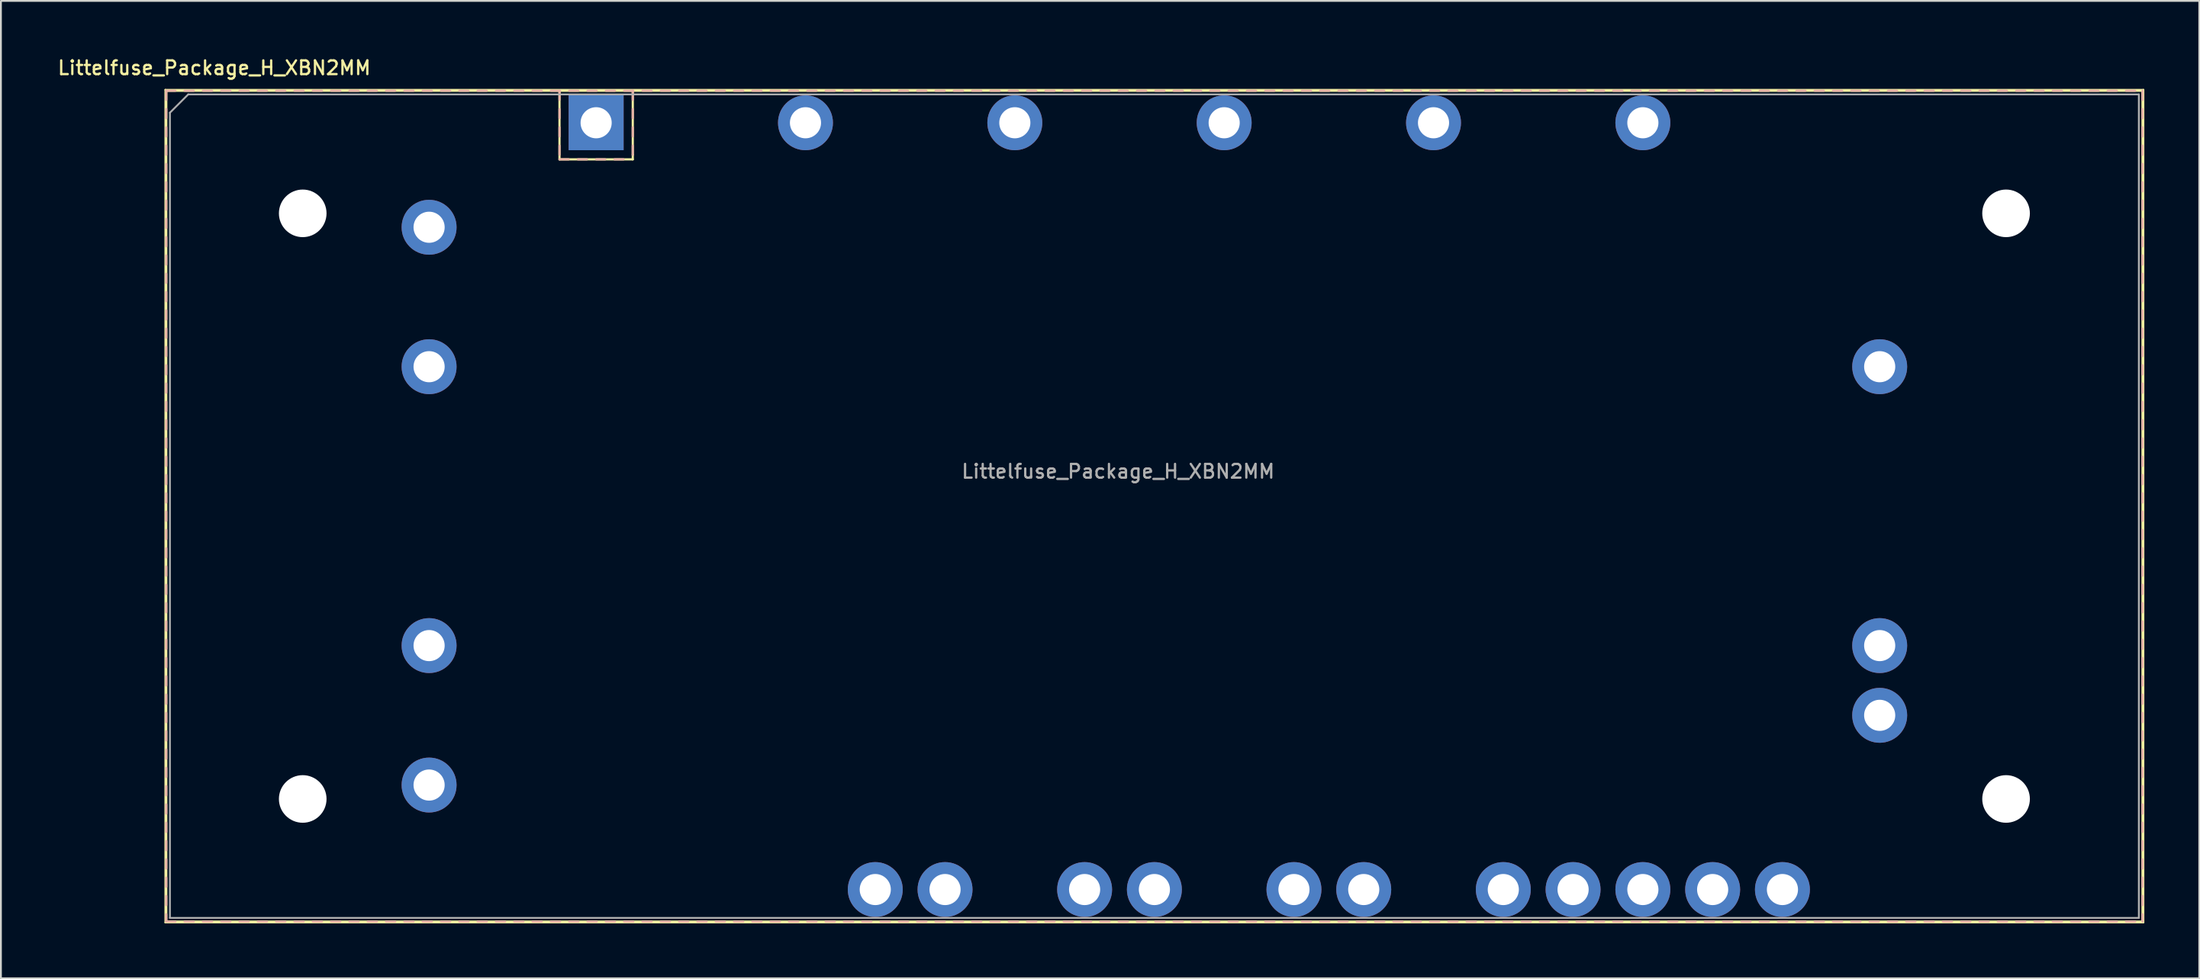
<source format=kicad_pcb>
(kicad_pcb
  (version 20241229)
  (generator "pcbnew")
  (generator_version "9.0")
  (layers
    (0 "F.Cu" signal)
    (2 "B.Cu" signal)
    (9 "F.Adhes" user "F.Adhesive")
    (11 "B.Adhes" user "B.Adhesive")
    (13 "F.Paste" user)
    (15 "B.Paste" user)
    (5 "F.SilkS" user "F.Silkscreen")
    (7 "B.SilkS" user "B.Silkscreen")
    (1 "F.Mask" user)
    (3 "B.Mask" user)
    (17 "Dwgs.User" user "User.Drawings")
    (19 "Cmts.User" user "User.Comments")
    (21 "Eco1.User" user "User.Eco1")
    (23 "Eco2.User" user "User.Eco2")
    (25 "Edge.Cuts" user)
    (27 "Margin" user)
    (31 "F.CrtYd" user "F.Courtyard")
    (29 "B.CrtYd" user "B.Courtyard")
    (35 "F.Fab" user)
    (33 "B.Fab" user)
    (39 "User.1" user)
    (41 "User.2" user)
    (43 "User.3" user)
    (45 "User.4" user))
  (footprint "Littelfuse_Package_H_XBN2MM"
    (layer "F.Cu")
    (at 29.498 3.658)
    (property "Reference" "Littelfuse_Package_H_XBN2MM" (at -20.85 -3 0) (layer "F.SilkS") (effects (font (size 0.75 0.75) (thickness 0.125))))
    (attr through_hole)
    (fp_line (start -23.52 -1.8) (end 84.48 -1.8) (stroke (width 0.1) (type solid)) (layer "F.SilkS"))
    (fp_line (start -23.52 43.7) (end -23.52 -1.8) (stroke (width 0.1) (type solid)) (layer "F.SilkS"))
    (fp_line (start -23.47 -1.75) (end 84.43 -1.75) (stroke (width 0.12) (type solid)) (layer "F.SilkS"))
    (fp_line (start -23.47 43.65) (end -23.47 -1.75) (stroke (width 0.12) (type solid)) (layer "F.SilkS"))
    (fp_line (start -2 2) (end -2 -1.75) (stroke (width 0.12) (type solid)) (layer "F.SilkS"))
    (fp_line (start 2 -1.75) (end 2 1.75) (stroke (width 0.12) (type solid)) (layer "F.SilkS"))
    (fp_line (start 2 1.75) (end 2 2) (stroke (width 0.12) (type solid)) (layer "F.SilkS"))
    (fp_line (start 2 2) (end -2 2) (stroke (width 0.12) (type solid)) (layer "F.SilkS"))
    (fp_line (start 84.43 -1.75) (end 84.43 43.65) (stroke (width 0.12) (type solid)) (layer "F.SilkS"))
    (fp_line (start 84.43 43.65) (end -23.47 43.65) (stroke (width 0.12) (type solid)) (layer "F.SilkS"))
    (fp_line (start 84.48 -1.8) (end 84.48 43.7) (stroke (width 0.1) (type solid)) (layer "F.SilkS"))
    (fp_line (start 84.48 43.7) (end -23.52 43.7) (stroke (width 0.1) (type solid)) (layer "F.SilkS"))
    (fp_line (start -23.47 -1.75) (end -23.47 -1.25) (stroke (width 0.12) (type solid)) (layer "B.SilkS"))
    (fp_line (start -23.47 -1.75) (end -22.97 -1.75) (stroke (width 0.12) (type solid)) (layer "B.SilkS"))
    (fp_line (start -23.47 -0.75) (end -23.47 -0.25) (stroke (width 0.12) (type solid)) (layer "B.SilkS"))
    (fp_line (start -23.47 0.25) (end -23.47 0.75) (stroke (width 0.12) (type solid)) (layer "B.SilkS"))
    (fp_line (start -23.47 1.25) (end -23.47 1.75) (stroke (width 0.12) (type solid)) (layer "B.SilkS"))
    (fp_line (start -23.47 2.25) (end -23.47 2.75) (stroke (width 0.12) (type solid)) (layer "B.SilkS"))
    (fp_line (start -23.47 3.25) (end -23.47 3.75) (stroke (width 0.12) (type solid)) (layer "B.SilkS"))
    (fp_line (start -23.47 4.25) (end -23.47 4.75) (stroke (width 0.12) (type solid)) (layer "B.SilkS"))
    (fp_line (start -23.47 5.25) (end -23.47 5.75) (stroke (width 0.12) (type solid)) (layer "B.SilkS"))
    (fp_line (start -23.47 6.25) (end -23.47 6.75) (stroke (width 0.12) (type solid)) (layer "B.SilkS"))
    (fp_line (start -23.47 7.25) (end -23.47 7.75) (stroke (width 0.12) (type solid)) (layer "B.SilkS"))
    (fp_line (start -23.47 8.25) (end -23.47 8.75) (stroke (width 0.12) (type solid)) (layer "B.SilkS"))
    (fp_line (start -23.47 9.25) (end -23.47 9.75) (stroke (width 0.12) (type solid)) (layer "B.SilkS"))
    (fp_line (start -23.47 10.25) (end -23.47 10.75) (stroke (width 0.12) (type solid)) (layer "B.SilkS"))
    (fp_line (start -23.47 11.25) (end -23.47 11.75) (stroke (width 0.12) (type solid)) (layer "B.SilkS"))
    (fp_line (start -23.47 12.25) (end -23.47 12.75) (stroke (width 0.12) (type solid)) (layer "B.SilkS"))
    (fp_line (start -23.47 13.25) (end -23.47 13.75) (stroke (width 0.12) (type solid)) (layer "B.SilkS"))
    (fp_line (start -23.47 14.25) (end -23.47 14.75) (stroke (width 0.12) (type solid)) (layer "B.SilkS"))
    (fp_line (start -23.47 15.25) (end -23.47 15.75) (stroke (width 0.12) (type solid)) (layer "B.SilkS"))
    (fp_line (start -23.47 16.25) (end -23.47 16.75) (stroke (width 0.12) (type solid)) (layer "B.SilkS"))
    (fp_line (start -23.47 17.25) (end -23.47 17.75) (stroke (width 0.12) (type solid)) (layer "B.SilkS"))
    (fp_line (start -23.47 18.25) (end -23.47 18.75) (stroke (width 0.12) (type solid)) (layer "B.SilkS"))
    (fp_line (start -23.47 19.25) (end -23.47 19.75) (stroke (width 0.12) (type solid)) (layer "B.SilkS"))
    (fp_line (start -23.47 20.25) (end -23.47 20.75) (stroke (width 0.12) (type solid)) (layer "B.SilkS"))
    (fp_line (start -23.47 21.25) (end -23.47 21.75) (stroke (width 0.12) (type solid)) (layer "B.SilkS"))
    (fp_line (start -23.47 22.25) (end -23.47 22.75) (stroke (width 0.12) (type solid)) (layer "B.SilkS"))
    (fp_line (start -23.47 23.25) (end -23.47 23.75) (stroke (width 0.12) (type solid)) (layer "B.SilkS"))
    (fp_line (start -23.47 24.25) (end -23.47 24.75) (stroke (width 0.12) (type solid)) (layer "B.SilkS"))
    (fp_line (start -23.47 25.25) (end -23.47 25.75) (stroke (width 0.12) (type solid)) (layer "B.SilkS"))
    (fp_line (start -23.47 26.25) (end -23.47 26.75) (stroke (width 0.12) (type solid)) (layer "B.SilkS"))
    (fp_line (start -23.47 27.25) (end -23.47 27.75) (stroke (width 0.12) (type solid)) (layer "B.SilkS"))
    (fp_line (start -23.47 28.25) (end -23.47 28.75) (stroke (width 0.12) (type solid)) (layer "B.SilkS"))
    (fp_line (start -23.47 29.25) (end -23.47 29.75) (stroke (width 0.12) (type solid)) (layer "B.SilkS"))
    (fp_line (start -23.47 30.25) (end -23.47 30.75) (stroke (width 0.12) (type solid)) (layer "B.SilkS"))
    (fp_line (start -23.47 31.25) (end -23.47 31.75) (stroke (width 0.12) (type solid)) (layer "B.SilkS"))
    (fp_line (start -23.47 32.25) (end -23.47 32.75) (stroke (width 0.12) (type solid)) (layer "B.SilkS"))
    (fp_line (start -23.47 33.25) (end -23.47 33.75) (stroke (width 0.12) (type solid)) (layer "B.SilkS"))
    (fp_line (start -23.47 34.25) (end -23.47 34.75) (stroke (width 0.12) (type solid)) (layer "B.SilkS"))
    (fp_line (start -23.47 35.25) (end -23.47 35.75) (stroke (width 0.12) (type solid)) (layer "B.SilkS"))
    (fp_line (start -23.47 36.25) (end -23.47 36.75) (stroke (width 0.12) (type solid)) (layer "B.SilkS"))
    (fp_line (start -23.47 37.25) (end -23.47 37.75) (stroke (width 0.12) (type solid)) (layer "B.SilkS"))
    (fp_line (start -23.47 38.25) (end -23.47 38.75) (stroke (width 0.12) (type solid)) (layer "B.SilkS"))
    (fp_line (start -23.47 39.25) (end -23.47 39.75) (stroke (width 0.12) (type solid)) (layer "B.SilkS"))
    (fp_line (start -23.47 40.25) (end -23.47 40.75) (stroke (width 0.12) (type solid)) (layer "B.SilkS"))
    (fp_line (start -23.47 41.25) (end -23.47 41.75) (stroke (width 0.12) (type solid)) (layer "B.SilkS"))
    (fp_line (start -23.47 42.25) (end -23.47 42.75) (stroke (width 0.12) (type solid)) (layer "B.SilkS"))
    (fp_line (start -23.47 43.25) (end -23.47 43.65) (stroke (width 0.12) (type solid)) (layer "B.SilkS"))
    (fp_line (start -23.47 43.65) (end -22.97 43.65) (stroke (width 0.12) (type solid)) (layer "B.SilkS"))
    (fp_line (start -22.47 -1.75) (end -21.97 -1.75) (stroke (width 0.12) (type solid)) (layer "B.SilkS"))
    (fp_line (start -22.47 43.65) (end -21.97 43.65) (stroke (width 0.12) (type solid)) (layer "B.SilkS"))
    (fp_line (start -21.47 -1.75) (end -20.97 -1.75) (stroke (width 0.12) (type solid)) (layer "B.SilkS"))
    (fp_line (start -21.47 43.65) (end -20.97 43.65) (stroke (width 0.12) (type solid)) (layer "B.SilkS"))
    (fp_line (start -20.47 -1.75) (end -19.97 -1.75) (stroke (width 0.12) (type solid)) (layer "B.SilkS"))
    (fp_line (start -20.47 43.65) (end -19.97 43.65) (stroke (width 0.12) (type solid)) (layer "B.SilkS"))
    (fp_line (start -19.47 -1.75) (end -18.97 -1.75) (stroke (width 0.12) (type solid)) (layer "B.SilkS"))
    (fp_line (start -19.47 43.65) (end -18.97 43.65) (stroke (width 0.12) (type solid)) (layer "B.SilkS"))
    (fp_line (start -18.47 -1.75) (end -17.97 -1.75) (stroke (width 0.12) (type solid)) (layer "B.SilkS"))
    (fp_line (start -18.47 43.65) (end -17.97 43.65) (stroke (width 0.12) (type solid)) (layer "B.SilkS"))
    (fp_line (start -17.47 -1.75) (end -16.97 -1.75) (stroke (width 0.12) (type solid)) (layer "B.SilkS"))
    (fp_line (start -17.47 43.65) (end -16.97 43.65) (stroke (width 0.12) (type solid)) (layer "B.SilkS"))
    (fp_line (start -16.47 -1.75) (end -15.97 -1.75) (stroke (width 0.12) (type solid)) (layer "B.SilkS"))
    (fp_line (start -16.47 43.65) (end -15.97 43.65) (stroke (width 0.12) (type solid)) (layer "B.SilkS"))
    (fp_line (start -15.47 -1.75) (end -14.97 -1.75) (stroke (width 0.12) (type solid)) (layer "B.SilkS"))
    (fp_line (start -15.47 43.65) (end -14.97 43.65) (stroke (width 0.12) (type solid)) (layer "B.SilkS"))
    (fp_line (start -14.47 -1.75) (end -13.97 -1.75) (stroke (width 0.12) (type solid)) (layer "B.SilkS"))
    (fp_line (start -14.47 43.65) (end -13.97 43.65) (stroke (width 0.12) (type solid)) (layer "B.SilkS"))
    (fp_line (start -13.47 -1.75) (end -12.97 -1.75) (stroke (width 0.12) (type solid)) (layer "B.SilkS"))
    (fp_line (start -13.47 43.65) (end -12.97 43.65) (stroke (width 0.12) (type solid)) (layer "B.SilkS"))
    (fp_line (start -12.47 -1.75) (end -11.97 -1.75) (stroke (width 0.12) (type solid)) (layer "B.SilkS"))
    (fp_line (start -12.47 43.65) (end -11.97 43.65) (stroke (width 0.12) (type solid)) (layer "B.SilkS"))
    (fp_line (start -11.47 -1.75) (end -10.97 -1.75) (stroke (width 0.12) (type solid)) (layer "B.SilkS"))
    (fp_line (start -11.47 43.65) (end -10.97 43.65) (stroke (width 0.12) (type solid)) (layer "B.SilkS"))
    (fp_line (start -10.47 -1.75) (end -9.97 -1.75) (stroke (width 0.12) (type solid)) (layer "B.SilkS"))
    (fp_line (start -10.47 43.65) (end -9.97 43.65) (stroke (width 0.12) (type solid)) (layer "B.SilkS"))
    (fp_line (start -9.47 -1.75) (end -8.97 -1.75) (stroke (width 0.12) (type solid)) (layer "B.SilkS"))
    (fp_line (start -9.47 43.65) (end -8.97 43.65) (stroke (width 0.12) (type solid)) (layer "B.SilkS"))
    (fp_line (start -8.47 -1.75) (end -7.97 -1.75) (stroke (width 0.12) (type solid)) (layer "B.SilkS"))
    (fp_line (start -8.47 43.65) (end -7.97 43.65) (stroke (width 0.12) (type solid)) (layer "B.SilkS"))
    (fp_line (start -7.47 -1.75) (end -6.97 -1.75) (stroke (width 0.12) (type solid)) (layer "B.SilkS"))
    (fp_line (start -7.47 43.65) (end -6.97 43.65) (stroke (width 0.12) (type solid)) (layer "B.SilkS"))
    (fp_line (start -6.47 -1.75) (end -5.97 -1.75) (stroke (width 0.12) (type solid)) (layer "B.SilkS"))
    (fp_line (start -6.47 43.65) (end -5.97 43.65) (stroke (width 0.12) (type solid)) (layer "B.SilkS"))
    (fp_line (start -5.47 -1.75) (end -4.97 -1.75) (stroke (width 0.12) (type solid)) (layer "B.SilkS"))
    (fp_line (start -5.47 43.65) (end -4.97 43.65) (stroke (width 0.12) (type solid)) (layer "B.SilkS"))
    (fp_line (start -4.47 -1.75) (end -3.97 -1.75) (stroke (width 0.12) (type solid)) (layer "B.SilkS"))
    (fp_line (start -4.47 43.65) (end -3.97 43.65) (stroke (width 0.12) (type solid)) (layer "B.SilkS"))
    (fp_line (start -3.47 -1.75) (end -2.97 -1.75) (stroke (width 0.12) (type solid)) (layer "B.SilkS"))
    (fp_line (start -3.47 43.65) (end -2.97 43.65) (stroke (width 0.12) (type solid)) (layer "B.SilkS"))
    (fp_line (start -2.47 -1.75) (end -1.97 -1.75) (stroke (width 0.12) (type solid)) (layer "B.SilkS"))
    (fp_line (start -2.47 43.65) (end -1.97 43.65) (stroke (width 0.12) (type solid)) (layer "B.SilkS"))
    (fp_line (start -2 -1.75) (end -2 -1.25) (stroke (width 0.12) (type solid)) (layer "B.SilkS"))
    (fp_line (start -2 -0.75) (end -2 -0.25) (stroke (width 0.12) (type solid)) (layer "B.SilkS"))
    (fp_line (start -2 0.25) (end -2 0.75) (stroke (width 0.12) (type solid)) (layer "B.SilkS"))
    (fp_line (start -2 1.25) (end -2 1.75) (stroke (width 0.12) (type solid)) (layer "B.SilkS"))
    (fp_line (start -2 2) (end -1.5 2) (stroke (width 0.12) (type solid)) (layer "B.SilkS"))
    (fp_line (start -1.47 -1.75) (end -0.97 -1.75) (stroke (width 0.12) (type solid)) (layer "B.SilkS"))
    (fp_line (start -1.47 43.65) (end -0.97 43.65) (stroke (width 0.12) (type solid)) (layer "B.SilkS"))
    (fp_line (start -1 2) (end -0.5 2) (stroke (width 0.12) (type solid)) (layer "B.SilkS"))
    (fp_line (start -0.47 -1.75) (end 0.03 -1.75) (stroke (width 0.12) (type solid)) (layer "B.SilkS"))
    (fp_line (start -0.47 43.65) (end 0.03 43.65) (stroke (width 0.12) (type solid)) (layer "B.SilkS"))
    (fp_line (start 0 2) (end 0.5 2) (stroke (width 0.12) (type solid)) (layer "B.SilkS"))
    (fp_line (start 0.53 -1.75) (end 1.03 -1.75) (stroke (width 0.12) (type solid)) (layer "B.SilkS"))
    (fp_line (start 0.53 43.65) (end 1.03 43.65) (stroke (width 0.12) (type solid)) (layer "B.SilkS"))
    (fp_line (start 1 2) (end 1.5 2) (stroke (width 0.12) (type solid)) (layer "B.SilkS"))
    (fp_line (start 1.53 -1.75) (end 2.03 -1.75) (stroke (width 0.12) (type solid)) (layer "B.SilkS"))
    (fp_line (start 1.53 43.65) (end 2.03 43.65) (stroke (width 0.12) (type solid)) (layer "B.SilkS"))
    (fp_line (start 2 -1.75) (end 2 -1.25) (stroke (width 0.12) (type solid)) (layer "B.SilkS"))
    (fp_line (start 2 -0.75) (end 2 -0.25) (stroke (width 0.12) (type solid)) (layer "B.SilkS"))
    (fp_line (start 2 0.25) (end 2 0.75) (stroke (width 0.12) (type solid)) (layer "B.SilkS"))
    (fp_line (start 2 1.25) (end 2 1.75) (stroke (width 0.12) (type solid)) (layer "B.SilkS"))
    (fp_line (start 2.53 -1.75) (end 3.03 -1.75) (stroke (width 0.12) (type solid)) (layer "B.SilkS"))
    (fp_line (start 2.53 43.65) (end 3.03 43.65) (stroke (width 0.12) (type solid)) (layer "B.SilkS"))
    (fp_line (start 3.53 -1.75) (end 4.03 -1.75) (stroke (width 0.12) (type solid)) (layer "B.SilkS"))
    (fp_line (start 3.53 43.65) (end 4.03 43.65) (stroke (width 0.12) (type solid)) (layer "B.SilkS"))
    (fp_line (start 4.53 -1.75) (end 5.03 -1.75) (stroke (width 0.12) (type solid)) (layer "B.SilkS"))
    (fp_line (start 4.53 43.65) (end 5.03 43.65) (stroke (width 0.12) (type solid)) (layer "B.SilkS"))
    (fp_line (start 5.53 -1.75) (end 6.03 -1.75) (stroke (width 0.12) (type solid)) (layer "B.SilkS"))
    (fp_line (start 5.53 43.65) (end 6.03 43.65) (stroke (width 0.12) (type solid)) (layer "B.SilkS"))
    (fp_line (start 6.53 -1.75) (end 7.03 -1.75) (stroke (width 0.12) (type solid)) (layer "B.SilkS"))
    (fp_line (start 6.53 43.65) (end 7.03 43.65) (stroke (width 0.12) (type solid)) (layer "B.SilkS"))
    (fp_line (start 7.53 -1.75) (end 8.03 -1.75) (stroke (width 0.12) (type solid)) (layer "B.SilkS"))
    (fp_line (start 7.53 43.65) (end 8.03 43.65) (stroke (width 0.12) (type solid)) (layer "B.SilkS"))
    (fp_line (start 8.53 -1.75) (end 9.03 -1.75) (stroke (width 0.12) (type solid)) (layer "B.SilkS"))
    (fp_line (start 8.53 43.65) (end 9.03 43.65) (stroke (width 0.12) (type solid)) (layer "B.SilkS"))
    (fp_line (start 9.53 -1.75) (end 10.03 -1.75) (stroke (width 0.12) (type solid)) (layer "B.SilkS"))
    (fp_line (start 9.53 43.65) (end 10.03 43.65) (stroke (width 0.12) (type solid)) (layer "B.SilkS"))
    (fp_line (start 10.53 -1.75) (end 11.03 -1.75) (stroke (width 0.12) (type solid)) (layer "B.SilkS"))
    (fp_line (start 10.53 43.65) (end 11.03 43.65) (stroke (width 0.12) (type solid)) (layer "B.SilkS"))
    (fp_line (start 11.53 -1.75) (end 12.03 -1.75) (stroke (width 0.12) (type solid)) (layer "B.SilkS"))
    (fp_line (start 11.53 43.65) (end 12.03 43.65) (stroke (width 0.12) (type solid)) (layer "B.SilkS"))
    (fp_line (start 12.53 -1.75) (end 13.03 -1.75) (stroke (width 0.12) (type solid)) (layer "B.SilkS"))
    (fp_line (start 12.53 43.65) (end 13.03 43.65) (stroke (width 0.12) (type solid)) (layer "B.SilkS"))
    (fp_line (start 13.53 -1.75) (end 14.03 -1.75) (stroke (width 0.12) (type solid)) (layer "B.SilkS"))
    (fp_line (start 13.53 43.65) (end 14.03 43.65) (stroke (width 0.12) (type solid)) (layer "B.SilkS"))
    (fp_line (start 14.53 -1.75) (end 15.03 -1.75) (stroke (width 0.12) (type solid)) (layer "B.SilkS"))
    (fp_line (start 14.53 43.65) (end 15.03 43.65) (stroke (width 0.12) (type solid)) (layer "B.SilkS"))
    (fp_line (start 15.53 -1.75) (end 16.03 -1.75) (stroke (width 0.12) (type solid)) (layer "B.SilkS"))
    (fp_line (start 15.53 43.65) (end 16.03 43.65) (stroke (width 0.12) (type solid)) (layer "B.SilkS"))
    (fp_line (start 16.53 -1.75) (end 17.03 -1.75) (stroke (width 0.12) (type solid)) (layer "B.SilkS"))
    (fp_line (start 16.53 43.65) (end 17.03 43.65) (stroke (width 0.12) (type solid)) (layer "B.SilkS"))
    (fp_line (start 17.53 -1.75) (end 18.03 -1.75) (stroke (width 0.12) (type solid)) (layer "B.SilkS"))
    (fp_line (start 17.53 43.65) (end 18.03 43.65) (stroke (width 0.12) (type solid)) (layer "B.SilkS"))
    (fp_line (start 18.53 -1.75) (end 19.03 -1.75) (stroke (width 0.12) (type solid)) (layer "B.SilkS"))
    (fp_line (start 18.53 43.65) (end 19.03 43.65) (stroke (width 0.12) (type solid)) (layer "B.SilkS"))
    (fp_line (start 19.53 -1.75) (end 20.03 -1.75) (stroke (width 0.12) (type solid)) (layer "B.SilkS"))
    (fp_line (start 19.53 43.65) (end 20.03 43.65) (stroke (width 0.12) (type solid)) (layer "B.SilkS"))
    (fp_line (start 20.53 -1.75) (end 21.03 -1.75) (stroke (width 0.12) (type solid)) (layer "B.SilkS"))
    (fp_line (start 20.53 43.65) (end 21.03 43.65) (stroke (width 0.12) (type solid)) (layer "B.SilkS"))
    (fp_line (start 21.53 -1.75) (end 22.03 -1.75) (stroke (width 0.12) (type solid)) (layer "B.SilkS"))
    (fp_line (start 21.53 43.65) (end 22.03 43.65) (stroke (width 0.12) (type solid)) (layer "B.SilkS"))
    (fp_line (start 22.53 -1.75) (end 23.03 -1.75) (stroke (width 0.12) (type solid)) (layer "B.SilkS"))
    (fp_line (start 22.53 43.65) (end 23.03 43.65) (stroke (width 0.12) (type solid)) (layer "B.SilkS"))
    (fp_line (start 23.53 -1.75) (end 24.03 -1.75) (stroke (width 0.12) (type solid)) (layer "B.SilkS"))
    (fp_line (start 23.53 43.65) (end 24.03 43.65) (stroke (width 0.12) (type solid)) (layer "B.SilkS"))
    (fp_line (start 24.53 -1.75) (end 25.03 -1.75) (stroke (width 0.12) (type solid)) (layer "B.SilkS"))
    (fp_line (start 24.53 43.65) (end 25.03 43.65) (stroke (width 0.12) (type solid)) (layer "B.SilkS"))
    (fp_line (start 25.53 -1.75) (end 26.03 -1.75) (stroke (width 0.12) (type solid)) (layer "B.SilkS"))
    (fp_line (start 25.53 43.65) (end 26.03 43.65) (stroke (width 0.12) (type solid)) (layer "B.SilkS"))
    (fp_line (start 26.53 -1.75) (end 27.03 -1.75) (stroke (width 0.12) (type solid)) (layer "B.SilkS"))
    (fp_line (start 26.53 43.65) (end 27.03 43.65) (stroke (width 0.12) (type solid)) (layer "B.SilkS"))
    (fp_line (start 27.53 -1.75) (end 28.03 -1.75) (stroke (width 0.12) (type solid)) (layer "B.SilkS"))
    (fp_line (start 27.53 43.65) (end 28.03 43.65) (stroke (width 0.12) (type solid)) (layer "B.SilkS"))
    (fp_line (start 28.53 -1.75) (end 29.03 -1.75) (stroke (width 0.12) (type solid)) (layer "B.SilkS"))
    (fp_line (start 28.53 43.65) (end 29.03 43.65) (stroke (width 0.12) (type solid)) (layer "B.SilkS"))
    (fp_line (start 29.53 -1.75) (end 30.03 -1.75) (stroke (width 0.12) (type solid)) (layer "B.SilkS"))
    (fp_line (start 29.53 43.65) (end 30.03 43.65) (stroke (width 0.12) (type solid)) (layer "B.SilkS"))
    (fp_line (start 30.53 -1.75) (end 31.03 -1.75) (stroke (width 0.12) (type solid)) (layer "B.SilkS"))
    (fp_line (start 30.53 43.65) (end 31.03 43.65) (stroke (width 0.12) (type solid)) (layer "B.SilkS"))
    (fp_line (start 31.53 -1.75) (end 32.03 -1.75) (stroke (width 0.12) (type solid)) (layer "B.SilkS"))
    (fp_line (start 31.53 43.65) (end 32.03 43.65) (stroke (width 0.12) (type solid)) (layer "B.SilkS"))
    (fp_line (start 32.53 -1.75) (end 33.03 -1.75) (stroke (width 0.12) (type solid)) (layer "B.SilkS"))
    (fp_line (start 32.53 43.65) (end 33.03 43.65) (stroke (width 0.12) (type solid)) (layer "B.SilkS"))
    (fp_line (start 33.53 -1.75) (end 34.03 -1.75) (stroke (width 0.12) (type solid)) (layer "B.SilkS"))
    (fp_line (start 33.53 43.65) (end 34.03 43.65) (stroke (width 0.12) (type solid)) (layer "B.SilkS"))
    (fp_line (start 34.53 -1.75) (end 35.03 -1.75) (stroke (width 0.12) (type solid)) (layer "B.SilkS"))
    (fp_line (start 34.53 43.65) (end 35.03 43.65) (stroke (width 0.12) (type solid)) (layer "B.SilkS"))
    (fp_line (start 35.53 -1.75) (end 36.03 -1.75) (stroke (width 0.12) (type solid)) (layer "B.SilkS"))
    (fp_line (start 35.53 43.65) (end 36.03 43.65) (stroke (width 0.12) (type solid)) (layer "B.SilkS"))
    (fp_line (start 36.53 -1.75) (end 37.03 -1.75) (stroke (width 0.12) (type solid)) (layer "B.SilkS"))
    (fp_line (start 36.53 43.65) (end 37.03 43.65) (stroke (width 0.12) (type solid)) (layer "B.SilkS"))
    (fp_line (start 37.53 -1.75) (end 38.03 -1.75) (stroke (width 0.12) (type solid)) (layer "B.SilkS"))
    (fp_line (start 37.53 43.65) (end 38.03 43.65) (stroke (width 0.12) (type solid)) (layer "B.SilkS"))
    (fp_line (start 38.53 -1.75) (end 39.03 -1.75) (stroke (width 0.12) (type solid)) (layer "B.SilkS"))
    (fp_line (start 38.53 43.65) (end 39.03 43.65) (stroke (width 0.12) (type solid)) (layer "B.SilkS"))
    (fp_line (start 39.53 -1.75) (end 40.03 -1.75) (stroke (width 0.12) (type solid)) (layer "B.SilkS"))
    (fp_line (start 39.53 43.65) (end 40.03 43.65) (stroke (width 0.12) (type solid)) (layer "B.SilkS"))
    (fp_line (start 40.53 -1.75) (end 41.03 -1.75) (stroke (width 0.12) (type solid)) (layer "B.SilkS"))
    (fp_line (start 40.53 43.65) (end 41.03 43.65) (stroke (width 0.12) (type solid)) (layer "B.SilkS"))
    (fp_line (start 41.53 -1.75) (end 42.03 -1.75) (stroke (width 0.12) (type solid)) (layer "B.SilkS"))
    (fp_line (start 41.53 43.65) (end 42.03 43.65) (stroke (width 0.12) (type solid)) (layer "B.SilkS"))
    (fp_line (start 42.53 -1.75) (end 43.03 -1.75) (stroke (width 0.12) (type solid)) (layer "B.SilkS"))
    (fp_line (start 42.53 43.65) (end 43.03 43.65) (stroke (width 0.12) (type solid)) (layer "B.SilkS"))
    (fp_line (start 43.53 -1.75) (end 44.03 -1.75) (stroke (width 0.12) (type solid)) (layer "B.SilkS"))
    (fp_line (start 43.53 43.65) (end 44.03 43.65) (stroke (width 0.12) (type solid)) (layer "B.SilkS"))
    (fp_line (start 44.53 -1.75) (end 45.03 -1.75) (stroke (width 0.12) (type solid)) (layer "B.SilkS"))
    (fp_line (start 44.53 43.65) (end 45.03 43.65) (stroke (width 0.12) (type solid)) (layer "B.SilkS"))
    (fp_line (start 45.53 -1.75) (end 46.03 -1.75) (stroke (width 0.12) (type solid)) (layer "B.SilkS"))
    (fp_line (start 45.53 43.65) (end 46.03 43.65) (stroke (width 0.12) (type solid)) (layer "B.SilkS"))
    (fp_line (start 46.53 -1.75) (end 47.03 -1.75) (stroke (width 0.12) (type solid)) (layer "B.SilkS"))
    (fp_line (start 46.53 43.65) (end 47.03 43.65) (stroke (width 0.12) (type solid)) (layer "B.SilkS"))
    (fp_line (start 47.53 -1.75) (end 48.03 -1.75) (stroke (width 0.12) (type solid)) (layer "B.SilkS"))
    (fp_line (start 47.53 43.65) (end 48.03 43.65) (stroke (width 0.12) (type solid)) (layer "B.SilkS"))
    (fp_line (start 48.53 -1.75) (end 49.03 -1.75) (stroke (width 0.12) (type solid)) (layer "B.SilkS"))
    (fp_line (start 48.53 43.65) (end 49.03 43.65) (stroke (width 0.12) (type solid)) (layer "B.SilkS"))
    (fp_line (start 49.53 -1.75) (end 50.03 -1.75) (stroke (width 0.12) (type solid)) (layer "B.SilkS"))
    (fp_line (start 49.53 43.65) (end 50.03 43.65) (stroke (width 0.12) (type solid)) (layer "B.SilkS"))
    (fp_line (start 50.53 -1.75) (end 51.03 -1.75) (stroke (width 0.12) (type solid)) (layer "B.SilkS"))
    (fp_line (start 50.53 43.65) (end 51.03 43.65) (stroke (width 0.12) (type solid)) (layer "B.SilkS"))
    (fp_line (start 51.53 -1.75) (end 52.03 -1.75) (stroke (width 0.12) (type solid)) (layer "B.SilkS"))
    (fp_line (start 51.53 43.65) (end 52.03 43.65) (stroke (width 0.12) (type solid)) (layer "B.SilkS"))
    (fp_line (start 52.53 -1.75) (end 53.03 -1.75) (stroke (width 0.12) (type solid)) (layer "B.SilkS"))
    (fp_line (start 52.53 43.65) (end 53.03 43.65) (stroke (width 0.12) (type solid)) (layer "B.SilkS"))
    (fp_line (start 53.53 -1.75) (end 54.03 -1.75) (stroke (width 0.12) (type solid)) (layer "B.SilkS"))
    (fp_line (start 53.53 43.65) (end 54.03 43.65) (stroke (width 0.12) (type solid)) (layer "B.SilkS"))
    (fp_line (start 54.53 -1.75) (end 55.03 -1.75) (stroke (width 0.12) (type solid)) (layer "B.SilkS"))
    (fp_line (start 54.53 43.65) (end 55.03 43.65) (stroke (width 0.12) (type solid)) (layer "B.SilkS"))
    (fp_line (start 55.53 -1.75) (end 56.03 -1.75) (stroke (width 0.12) (type solid)) (layer "B.SilkS"))
    (fp_line (start 55.53 43.65) (end 56.03 43.65) (stroke (width 0.12) (type solid)) (layer "B.SilkS"))
    (fp_line (start 56.53 -1.75) (end 57.03 -1.75) (stroke (width 0.12) (type solid)) (layer "B.SilkS"))
    (fp_line (start 56.53 43.65) (end 57.03 43.65) (stroke (width 0.12) (type solid)) (layer "B.SilkS"))
    (fp_line (start 57.53 -1.75) (end 58.03 -1.75) (stroke (width 0.12) (type solid)) (layer "B.SilkS"))
    (fp_line (start 57.53 43.65) (end 58.03 43.65) (stroke (width 0.12) (type solid)) (layer "B.SilkS"))
    (fp_line (start 58.53 -1.75) (end 59.03 -1.75) (stroke (width 0.12) (type solid)) (layer "B.SilkS"))
    (fp_line (start 58.53 43.65) (end 59.03 43.65) (stroke (width 0.12) (type solid)) (layer "B.SilkS"))
    (fp_line (start 59.53 -1.75) (end 60.03 -1.75) (stroke (width 0.12) (type solid)) (layer "B.SilkS"))
    (fp_line (start 59.53 43.65) (end 60.03 43.65) (stroke (width 0.12) (type solid)) (layer "B.SilkS"))
    (fp_line (start 60.53 -1.75) (end 61.03 -1.75) (stroke (width 0.12) (type solid)) (layer "B.SilkS"))
    (fp_line (start 60.53 43.65) (end 61.03 43.65) (stroke (width 0.12) (type solid)) (layer "B.SilkS"))
    (fp_line (start 61.53 -1.75) (end 62.03 -1.75) (stroke (width 0.12) (type solid)) (layer "B.SilkS"))
    (fp_line (start 61.53 43.65) (end 62.03 43.65) (stroke (width 0.12) (type solid)) (layer "B.SilkS"))
    (fp_line (start 62.53 -1.75) (end 63.03 -1.75) (stroke (width 0.12) (type solid)) (layer "B.SilkS"))
    (fp_line (start 62.53 43.65) (end 63.03 43.65) (stroke (width 0.12) (type solid)) (layer "B.SilkS"))
    (fp_line (start 63.53 -1.75) (end 64.03 -1.75) (stroke (width 0.12) (type solid)) (layer "B.SilkS"))
    (fp_line (start 63.53 43.65) (end 64.03 43.65) (stroke (width 0.12) (type solid)) (layer "B.SilkS"))
    (fp_line (start 64.53 -1.75) (end 65.03 -1.75) (stroke (width 0.12) (type solid)) (layer "B.SilkS"))
    (fp_line (start 64.53 43.65) (end 65.03 43.65) (stroke (width 0.12) (type solid)) (layer "B.SilkS"))
    (fp_line (start 65.53 -1.75) (end 66.03 -1.75) (stroke (width 0.12) (type solid)) (layer "B.SilkS"))
    (fp_line (start 65.53 43.65) (end 66.03 43.65) (stroke (width 0.12) (type solid)) (layer "B.SilkS"))
    (fp_line (start 66.53 -1.75) (end 67.03 -1.75) (stroke (width 0.12) (type solid)) (layer "B.SilkS"))
    (fp_line (start 66.53 43.65) (end 67.03 43.65) (stroke (width 0.12) (type solid)) (layer "B.SilkS"))
    (fp_line (start 67.53 -1.75) (end 68.03 -1.75) (stroke (width 0.12) (type solid)) (layer "B.SilkS"))
    (fp_line (start 67.53 43.65) (end 68.03 43.65) (stroke (width 0.12) (type solid)) (layer "B.SilkS"))
    (fp_line (start 68.53 -1.75) (end 69.03 -1.75) (stroke (width 0.12) (type solid)) (layer "B.SilkS"))
    (fp_line (start 68.53 43.65) (end 69.03 43.65) (stroke (width 0.12) (type solid)) (layer "B.SilkS"))
    (fp_line (start 69.53 -1.75) (end 70.03 -1.75) (stroke (width 0.12) (type solid)) (layer "B.SilkS"))
    (fp_line (start 69.53 43.65) (end 70.03 43.65) (stroke (width 0.12) (type solid)) (layer "B.SilkS"))
    (fp_line (start 70.53 -1.75) (end 71.03 -1.75) (stroke (width 0.12) (type solid)) (layer "B.SilkS"))
    (fp_line (start 70.53 43.65) (end 71.03 43.65) (stroke (width 0.12) (type solid)) (layer "B.SilkS"))
    (fp_line (start 71.53 -1.75) (end 72.03 -1.75) (stroke (width 0.12) (type solid)) (layer "B.SilkS"))
    (fp_line (start 71.53 43.65) (end 72.03 43.65) (stroke (width 0.12) (type solid)) (layer "B.SilkS"))
    (fp_line (start 72.53 -1.75) (end 73.03 -1.75) (stroke (width 0.12) (type solid)) (layer "B.SilkS"))
    (fp_line (start 72.53 43.65) (end 73.03 43.65) (stroke (width 0.12) (type solid)) (layer "B.SilkS"))
    (fp_line (start 73.53 -1.75) (end 74.03 -1.75) (stroke (width 0.12) (type solid)) (layer "B.SilkS"))
    (fp_line (start 73.53 43.65) (end 74.03 43.65) (stroke (width 0.12) (type solid)) (layer "B.SilkS"))
    (fp_line (start 74.53 -1.75) (end 75.03 -1.75) (stroke (width 0.12) (type solid)) (layer "B.SilkS"))
    (fp_line (start 74.53 43.65) (end 75.03 43.65) (stroke (width 0.12) (type solid)) (layer "B.SilkS"))
    (fp_line (start 75.53 -1.75) (end 76.03 -1.75) (stroke (width 0.12) (type solid)) (layer "B.SilkS"))
    (fp_line (start 75.53 43.65) (end 76.03 43.65) (stroke (width 0.12) (type solid)) (layer "B.SilkS"))
    (fp_line (start 76.53 -1.75) (end 77.03 -1.75) (stroke (width 0.12) (type solid)) (layer "B.SilkS"))
    (fp_line (start 76.53 43.65) (end 77.03 43.65) (stroke (width 0.12) (type solid)) (layer "B.SilkS"))
    (fp_line (start 77.53 -1.75) (end 78.03 -1.75) (stroke (width 0.12) (type solid)) (layer "B.SilkS"))
    (fp_line (start 77.53 43.65) (end 78.03 43.65) (stroke (width 0.12) (type solid)) (layer "B.SilkS"))
    (fp_line (start 78.53 -1.75) (end 79.03 -1.75) (stroke (width 0.12) (type solid)) (layer "B.SilkS"))
    (fp_line (start 78.53 43.65) (end 79.03 43.65) (stroke (width 0.12) (type solid)) (layer "B.SilkS"))
    (fp_line (start 79.53 -1.75) (end 80.03 -1.75) (stroke (width 0.12) (type solid)) (layer "B.SilkS"))
    (fp_line (start 79.53 43.65) (end 80.03 43.65) (stroke (width 0.12) (type solid)) (layer "B.SilkS"))
    (fp_line (start 80.53 -1.75) (end 81.03 -1.75) (stroke (width 0.12) (type solid)) (layer "B.SilkS"))
    (fp_line (start 80.53 43.65) (end 81.03 43.65) (stroke (width 0.12) (type solid)) (layer "B.SilkS"))
    (fp_line (start 81.53 -1.75) (end 82.03 -1.75) (stroke (width 0.12) (type solid)) (layer "B.SilkS"))
    (fp_line (start 81.53 43.65) (end 82.03 43.65) (stroke (width 0.12) (type solid)) (layer "B.SilkS"))
    (fp_line (start 82.53 -1.75) (end 83.03 -1.75) (stroke (width 0.12) (type solid)) (layer "B.SilkS"))
    (fp_line (start 82.53 43.65) (end 83.03 43.65) (stroke (width 0.12) (type solid)) (layer "B.SilkS"))
    (fp_line (start 83.53 -1.75) (end 84.03 -1.75) (stroke (width 0.12) (type solid)) (layer "B.SilkS"))
    (fp_line (start 83.53 43.65) (end 84.03 43.65) (stroke (width 0.12) (type solid)) (layer "B.SilkS"))
    (fp_line (start 84.43 -1.75) (end 84.43 -1.25) (stroke (width 0.12) (type solid)) (layer "B.SilkS"))
    (fp_line (start 84.43 -0.75) (end 84.43 -0.25) (stroke (width 0.12) (type solid)) (layer "B.SilkS"))
    (fp_line (start 84.43 0.25) (end 84.43 0.75) (stroke (width 0.12) (type solid)) (layer "B.SilkS"))
    (fp_line (start 84.43 1.25) (end 84.43 1.75) (stroke (width 0.12) (type solid)) (layer "B.SilkS"))
    (fp_line (start 84.43 2.25) (end 84.43 2.75) (stroke (width 0.12) (type solid)) (layer "B.SilkS"))
    (fp_line (start 84.43 3.25) (end 84.43 3.75) (stroke (width 0.12) (type solid)) (layer "B.SilkS"))
    (fp_line (start 84.43 4.25) (end 84.43 4.75) (stroke (width 0.12) (type solid)) (layer "B.SilkS"))
    (fp_line (start 84.43 5.25) (end 84.43 5.75) (stroke (width 0.12) (type solid)) (layer "B.SilkS"))
    (fp_line (start 84.43 6.25) (end 84.43 6.75) (stroke (width 0.12) (type solid)) (layer "B.SilkS"))
    (fp_line (start 84.43 7.25) (end 84.43 7.75) (stroke (width 0.12) (type solid)) (layer "B.SilkS"))
    (fp_line (start 84.43 8.25) (end 84.43 8.75) (stroke (width 0.12) (type solid)) (layer "B.SilkS"))
    (fp_line (start 84.43 9.25) (end 84.43 9.75) (stroke (width 0.12) (type solid)) (layer "B.SilkS"))
    (fp_line (start 84.43 10.25) (end 84.43 10.75) (stroke (width 0.12) (type solid)) (layer "B.SilkS"))
    (fp_line (start 84.43 11.25) (end 84.43 11.75) (stroke (width 0.12) (type solid)) (layer "B.SilkS"))
    (fp_line (start 84.43 12.25) (end 84.43 12.75) (stroke (width 0.12) (type solid)) (layer "B.SilkS"))
    (fp_line (start 84.43 13.25) (end 84.43 13.75) (stroke (width 0.12) (type solid)) (layer "B.SilkS"))
    (fp_line (start 84.43 14.25) (end 84.43 14.75) (stroke (width 0.12) (type solid)) (layer "B.SilkS"))
    (fp_line (start 84.43 15.25) (end 84.43 15.75) (stroke (width 0.12) (type solid)) (layer "B.SilkS"))
    (fp_line (start 84.43 16.25) (end 84.43 16.75) (stroke (width 0.12) (type solid)) (layer "B.SilkS"))
    (fp_line (start 84.43 17.25) (end 84.43 17.75) (stroke (width 0.12) (type solid)) (layer "B.SilkS"))
    (fp_line (start 84.43 18.25) (end 84.43 18.75) (stroke (width 0.12) (type solid)) (layer "B.SilkS"))
    (fp_line (start 84.43 19.25) (end 84.43 19.75) (stroke (width 0.12) (type solid)) (layer "B.SilkS"))
    (fp_line (start 84.43 20.25) (end 84.43 20.75) (stroke (width 0.12) (type solid)) (layer "B.SilkS"))
    (fp_line (start 84.43 21.25) (end 84.43 21.75) (stroke (width 0.12) (type solid)) (layer "B.SilkS"))
    (fp_line (start 84.43 22.25) (end 84.43 22.75) (stroke (width 0.12) (type solid)) (layer "B.SilkS"))
    (fp_line (start 84.43 23.25) (end 84.43 23.75) (stroke (width 0.12) (type solid)) (layer "B.SilkS"))
    (fp_line (start 84.43 24.25) (end 84.43 24.75) (stroke (width 0.12) (type solid)) (layer "B.SilkS"))
    (fp_line (start 84.43 25.25) (end 84.43 25.75) (stroke (width 0.12) (type solid)) (layer "B.SilkS"))
    (fp_line (start 84.43 26.25) (end 84.43 26.75) (stroke (width 0.12) (type solid)) (layer "B.SilkS"))
    (fp_line (start 84.43 27.25) (end 84.43 27.75) (stroke (width 0.12) (type solid)) (layer "B.SilkS"))
    (fp_line (start 84.43 28.25) (end 84.43 28.75) (stroke (width 0.12) (type solid)) (layer "B.SilkS"))
    (fp_line (start 84.43 29.25) (end 84.43 29.75) (stroke (width 0.12) (type solid)) (layer "B.SilkS"))
    (fp_line (start 84.43 30.25) (end 84.43 30.75) (stroke (width 0.12) (type solid)) (layer "B.SilkS"))
    (fp_line (start 84.43 31.25) (end 84.43 31.75) (stroke (width 0.12) (type solid)) (layer "B.SilkS"))
    (fp_line (start 84.43 32.25) (end 84.43 32.75) (stroke (width 0.12) (type solid)) (layer "B.SilkS"))
    (fp_line (start 84.43 33.25) (end 84.43 33.75) (stroke (width 0.12) (type solid)) (layer "B.SilkS"))
    (fp_line (start 84.43 34.25) (end 84.43 34.75) (stroke (width 0.12) (type solid)) (layer "B.SilkS"))
    (fp_line (start 84.43 35.25) (end 84.43 35.75) (stroke (width 0.12) (type solid)) (layer "B.SilkS"))
    (fp_line (start 84.43 36.25) (end 84.43 36.75) (stroke (width 0.12) (type solid)) (layer "B.SilkS"))
    (fp_line (start 84.43 37.25) (end 84.43 37.75) (stroke (width 0.12) (type solid)) (layer "B.SilkS"))
    (fp_line (start 84.43 38.25) (end 84.43 38.75) (stroke (width 0.12) (type solid)) (layer "B.SilkS"))
    (fp_line (start 84.43 39.25) (end 84.43 39.75) (stroke (width 0.12) (type solid)) (layer "B.SilkS"))
    (fp_line (start 84.43 40.25) (end 84.43 40.75) (stroke (width 0.12) (type solid)) (layer "B.SilkS"))
    (fp_line (start 84.43 41.25) (end 84.43 41.75) (stroke (width 0.12) (type solid)) (layer "B.SilkS"))
    (fp_line (start 84.43 42.25) (end 84.43 42.75) (stroke (width 0.12) (type solid)) (layer "B.SilkS"))
    (fp_line (start 84.43 43.25) (end 84.43 43.65) (stroke (width 0.12) (type solid)) (layer "B.SilkS"))
    (fp_line (start -23.27 43.45) (end -23.27 -0.55) (stroke (width 0.1) (type solid)) (layer "F.Fab"))
    (fp_line (start -23.27 43.45) (end 84.23 43.45) (stroke (width 0.1) (type solid)) (layer "F.Fab"))
    (fp_line (start -22.27 -1.55) (end -23.27 -0.55) (stroke (width 0.1) (type solid)) (layer "F.Fab"))
    (fp_line (start -22.27 -1.55) (end 84.23 -1.55) (stroke (width 0.1) (type solid)) (layer "F.Fab"))
    (fp_line (start 84.23 43.45) (end 84.23 -1.55) (stroke (width 0.1) (type solid)) (layer "F.Fab"))
    (fp_text user "${REFERENCE}" (at 28.5 19.05 180) (layer "F.Fab") (effects (font (size 0.75 0.75) (thickness 0.125))))
    (pad "" np_thru_hole circle (at -16.02 4.95) (size 2.6 2.6) (drill 2.6) (layers "*.Cu" "*.Mask"))
    (pad "" np_thru_hole circle (at -16.02 36.95) (size 2.6 2.6) (drill 2.6) (layers "*.Cu" "*.Mask"))
    (pad "" np_thru_hole circle (at 76.98 4.95) (size 2.6 2.6) (drill 2.6) (layers "*.Cu" "*.Mask"))
    (pad "" np_thru_hole circle (at 76.98 36.95) (size 2.6 2.6) (drill 2.6) (layers "*.Cu" "*.Mask"))
    (pad "1" thru_hole rect (at 0 0) (size 3 3) (drill 1.7) (layers "*.Cu" "*.Mask"))
    (pad "2" thru_hole circle (at 11.43 0) (size 3 3) (drill 1.7) (layers "*.Cu" "*.Mask"))
    (pad "3" thru_hole circle (at 22.86 0) (size 3 3) (drill 1.7) (layers "*.Cu" "*.Mask"))
    (pad "4" thru_hole circle (at 34.29 0) (size 3 3) (drill 1.7) (layers "*.Cu" "*.Mask"))
    (pad "5" thru_hole circle (at 45.72 0) (size 3 3) (drill 1.7) (layers "*.Cu" "*.Mask"))
    (pad "6" thru_hole circle (at 57.15 0) (size 3 3) (drill 1.7) (layers "*.Cu" "*.Mask"))
    (pad "7" thru_hole circle (at 70.08 13.33) (size 3 3) (drill 1.7) (layers "*.Cu" "*.Mask"))
    (pad "8" thru_hole circle (at 70.08 28.57) (size 3 3) (drill 1.7) (layers "*.Cu" "*.Mask"))
    (pad "9" thru_hole circle (at 70.08 32.38) (size 3 3) (drill 1.7) (layers "*.Cu" "*.Mask"))
    (pad "10" thru_hole circle (at 64.77 41.9) (size 3 3) (drill 1.7) (layers "*.Cu" "*.Mask"))
    (pad "11" thru_hole circle (at 60.96 41.9) (size 3 3) (drill 1.7) (layers "*.Cu" "*.Mask"))
    (pad "12" thru_hole circle (at 57.15 41.9) (size 3 3) (drill 1.7) (layers "*.Cu" "*.Mask"))
    (pad "13" thru_hole circle (at 53.34 41.9) (size 3 3) (drill 1.7) (layers "*.Cu" "*.Mask"))
    (pad "14" thru_hole circle (at 49.53 41.9) (size 3 3) (drill 1.7) (layers "*.Cu" "*.Mask"))
    (pad "15" thru_hole circle (at 41.91 41.9) (size 3 3) (drill 1.7) (layers "*.Cu" "*.Mask"))
    (pad "16" thru_hole circle (at 38.1 41.9) (size 3 3) (drill 1.7) (layers "*.Cu" "*.Mask"))
    (pad "17" thru_hole circle (at 30.48 41.9) (size 3 3) (drill 1.7) (layers "*.Cu" "*.Mask"))
    (pad "18" thru_hole circle (at 26.67 41.9) (size 3 3) (drill 1.7) (layers "*.Cu" "*.Mask"))
    (pad "19" thru_hole circle (at 19.05 41.9) (size 3 3) (drill 1.7) (layers "*.Cu" "*.Mask"))
    (pad "20" thru_hole circle (at 15.24 41.9) (size 3 3) (drill 1.7) (layers "*.Cu" "*.Mask"))
    (pad "21" thru_hole circle (at -9.12 36.19) (size 3 3) (drill 1.7) (layers "*.Cu" "*.Mask"))
    (pad "22" thru_hole circle (at -9.12 28.57) (size 3 3) (drill 1.7) (layers "*.Cu" "*.Mask"))
    (pad "23" thru_hole circle (at -9.12 13.33) (size 3 3) (drill 1.7) (layers "*.Cu" "*.Mask"))
    (pad "24" thru_hole circle (at -9.12 5.71) (size 3 3) (drill 1.7) (layers "*.Cu" "*.Mask"))
    (zone (net_name "") (layers "F.Cu" "B.Cu") (name "MH") (hatch full 0.508) (connect_pads) (min_thickness 0.254) (filled_areas_thickness no) (keepout (tracks not_allowed) (vias not_allowed) (pads not_allowed) (copperpour not_allowed) (footprints not_allowed)) (placement (enabled no)) (fill) (polygon (pts (xy 18.983 24.608) (xy 18.964 24.147) (xy 18.906 23.69) (xy 18.81 23.239) (xy 18.677 22.798) (xy 18.507 22.369) (xy 18.302 21.956) (xy 18.063 21.562) (xy 17.792 21.189) (xy 17.491 20.84) (xy 17.162 20.517) (xy 16.807 20.223) (xy 16.428 19.96) (xy 16.029 19.73) (xy 15.611 19.533) (xy 15.179 19.373) (xy 14.735 19.249) (xy 14.282 19.162) (xy 13.824 19.114) (xy 13.363 19.104) (xy 12.903 19.133) (xy 12.447 19.201) (xy 11.998 19.306) (xy 11.559 19.448) (xy 11.134 19.627) (xy 10.726 19.841) (xy 10.336 20.088) (xy 9.969 20.366) (xy 9.627 20.675) (xy 9.311 21.011) (xy 9.025 21.372) (xy 8.769 21.756) (xy 8.547 22.16) (xy 8.36 22.582) (xy 8.208 23.017) (xy 8.094 23.464) (xy 8.017 23.918) (xy 7.978 24.378) (xy 7.978 24.839) (xy 8.017 25.298) (xy 8.094 25.753) (xy 8.208 26.199) (xy 8.36 26.635) (xy 8.547 27.056) (xy 8.769 27.46) (xy 9.025 27.844) (xy 9.311 28.205) (xy 9.627 28.541) (xy 9.969 28.85) (xy 10.336 29.129) (xy 10.726 29.376) (xy 11.134 29.589) (xy 11.559 29.768) (xy 11.998 29.91) (xy 12.447 30.016) (xy 12.903 30.083) (xy 13.363 30.112) (xy 13.824 30.102) (xy 14.282 30.054) (xy 14.735 29.968) (xy 15.179 29.844) (xy 15.611 29.683) (xy 16.029 29.487) (xy 16.428 29.256) (xy 16.807 28.993) (xy 17.162 28.699) (xy 17.491 28.377) (xy 17.792 28.028) (xy 18.063 27.655) (xy 18.302 27.26) (xy 18.507 26.847) (xy 18.677 26.419) (xy 18.81 25.977) (xy 18.906 25.526) (xy 18.964 25.069))))
    (zone (net_name "") (layers "F.Cu" "B.Cu") (name "MH") (hatch full 0.508) (connect_pads) (min_thickness 0.254) (filled_areas_thickness no) (keepout (tracks not_allowed) (vias not_allowed) (pads not_allowed) (copperpour not_allowed) (footprints not_allowed)) (placement (enabled no)) (fill) (polygon (pts (xy 111.983 24.608) (xy 111.964 24.147) (xy 111.906 23.69) (xy 111.81 23.239) (xy 111.677 22.798) (xy 111.507 22.369) (xy 111.302 21.956) (xy 111.063 21.562) (xy 110.792 21.189) (xy 110.491 20.84) (xy 110.162 20.517) (xy 109.807 20.223) (xy 109.428 19.96) (xy 109.029 19.73) (xy 108.611 19.533) (xy 108.179 19.373) (xy 107.735 19.249) (xy 107.282 19.162) (xy 106.824 19.114) (xy 106.363 19.104) (xy 105.903 19.133) (xy 105.447 19.201) (xy 104.998 19.306) (xy 104.559 19.448) (xy 104.134 19.627) (xy 103.726 19.841) (xy 103.336 20.088) (xy 102.969 20.366) (xy 102.627 20.675) (xy 102.311 21.011) (xy 102.025 21.372) (xy 101.769 21.756) (xy 101.547 22.16) (xy 101.36 22.582) (xy 101.208 23.017) (xy 101.094 23.464) (xy 101.017 23.918) (xy 100.978 24.378) (xy 100.978 24.839) (xy 101.017 25.298) (xy 101.094 25.753) (xy 101.208 26.199) (xy 101.36 26.635) (xy 101.547 27.056) (xy 101.769 27.46) (xy 102.025 27.844) (xy 102.311 28.205) (xy 102.627 28.541) (xy 102.969 28.85) (xy 103.336 29.129) (xy 103.726 29.376) (xy 104.134 29.589) (xy 104.559 29.768) (xy 104.998 29.91) (xy 105.447 30.016) (xy 105.903 30.083) (xy 106.363 30.112) (xy 106.824 30.102) (xy 107.282 30.054) (xy 107.735 29.968) (xy 108.179 29.844) (xy 108.611 29.683) (xy 109.029 29.487) (xy 109.428 29.256) (xy 109.807 28.993) (xy 110.162 28.699) (xy 110.491 28.377) (xy 110.792 28.028) (xy 111.063 27.655) (xy 111.302 27.26) (xy 111.507 26.847) (xy 111.677 26.419) (xy 111.81 25.977) (xy 111.906 25.526) (xy 111.964 25.069)))))
  (gr_rect
    (start -3 -3)
    (end 117.028 50.408)
    (stroke (width 0.1) (type default))
    (fill no)
    (layer "Edge.Cuts")))
</source>
